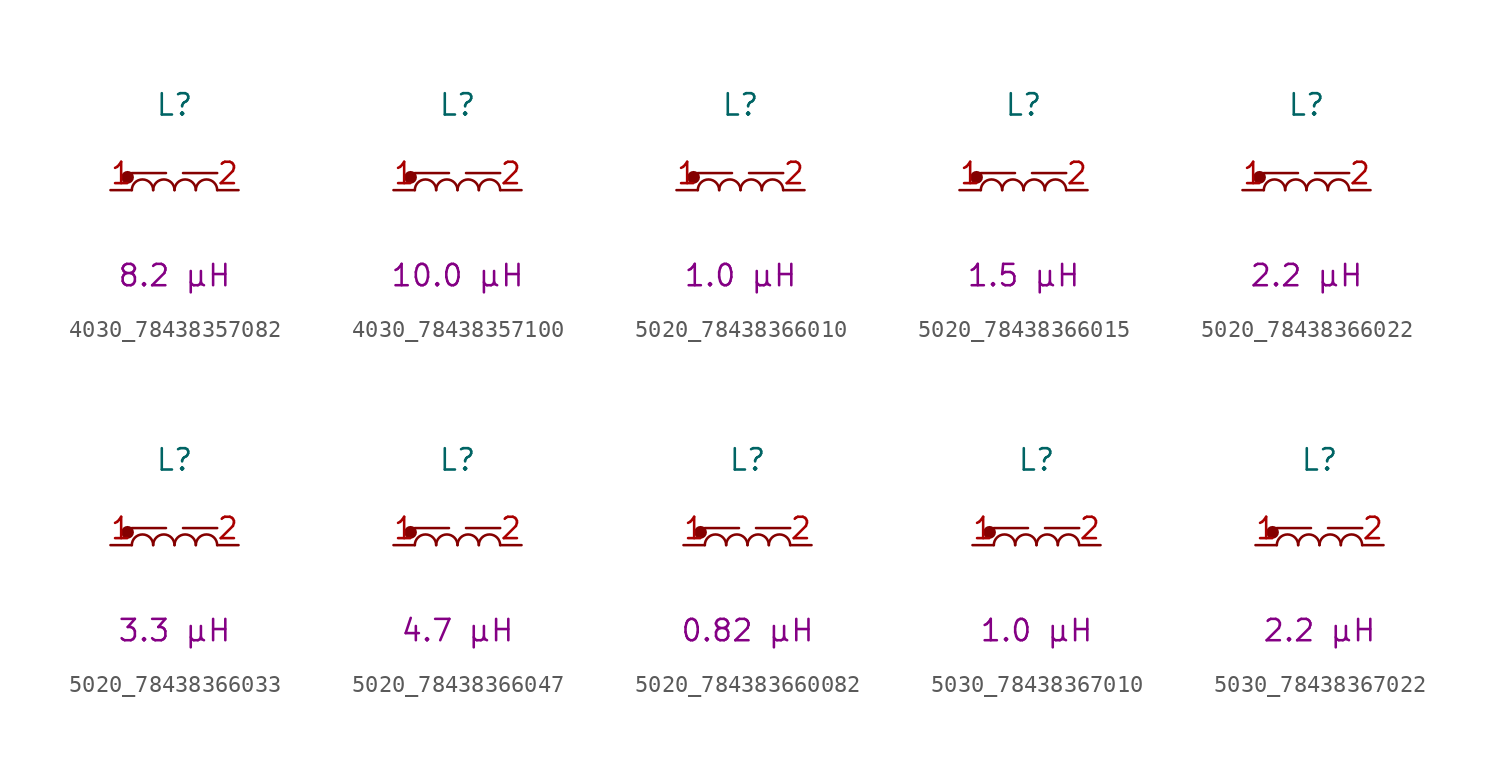
<source format=kicad_sym>
(kicad_symbol_lib
  (version 20220914)
  (generator kicad_symbol_editor)
  (symbol "4030_78438357082"
    (pin_names hide)
    (property "Reference" "L"
      (at 0 5.08 0)
      (effects (font (size 1.27 1.27))))
    (property "Critical Parameter" "8.2 µH"
      (at 0 -5.08 0)
      (effects (font (size 1.27 1.27))))
    (symbol "4030_78438357082_0_1"
      (arc (start -1.27 0) (mid -1.905 0.6323) (end -2.54 0) (stroke (width 0) (type default)) (fill (type none)))
      (arc (start 0 0) (mid -0.635 0.6323) (end -1.27 0) (stroke (width 0) (type default)) (fill (type none)))
      (polyline (pts (xy -2.54 1.016) (xy -0.508 1.016)) (stroke (width 0) (type default)) (fill (type none)))
      (arc (start 1.27 0) (mid 0.635 0.6323) (end 0 0) (stroke (width 0) (type default)) (fill (type none)))
      (arc (start 2.54 0) (mid 1.905 0.6323) (end 1.27 0) (stroke (width 0) (type default)) (fill (type none))))
    (symbol "4030_78438357082_1_1"
      (circle (center -2.794 0.762) (radius 0.0001) (stroke (width 0.381) (type default)) (fill (type none)))
      (polyline (pts (xy 2.54 1.016) (xy 0.508 1.016)) (stroke (width 0) (type default)) (fill (type none)))
      (pin passive line (at -3.81 0 0) (length 1.27) (name "1" (effects (font (size 1.27 1.27)))) (number "1" (effects (font (size 1.27 1.27)))))
      (pin passive line (at 3.81 0 180) (length 1.27) (name "2" (effects (font (size 1.27 1.27)))) (number "2" (effects (font (size 1.27 1.27)))))))
  (symbol "4030_78438357100"
    (pin_names hide)
    (property "Reference" "L"
      (at 0 5.08 0)
      (effects (font (size 1.27 1.27))))
    (property "Critical Parameter" "10.0 µH"
      (at 0 -5.08 0)
      (effects (font (size 1.27 1.27))))
    (symbol "4030_78438357100_0_1"
      (arc (start -1.27 0) (mid -1.905 0.6323) (end -2.54 0) (stroke (width 0) (type default)) (fill (type none)))
      (arc (start 0 0) (mid -0.635 0.6323) (end -1.27 0) (stroke (width 0) (type default)) (fill (type none)))
      (polyline (pts (xy -2.54 1.016) (xy -0.508 1.016)) (stroke (width 0) (type default)) (fill (type none)))
      (arc (start 1.27 0) (mid 0.635 0.6323) (end 0 0) (stroke (width 0) (type default)) (fill (type none)))
      (arc (start 2.54 0) (mid 1.905 0.6323) (end 1.27 0) (stroke (width 0) (type default)) (fill (type none))))
    (symbol "4030_78438357100_1_1"
      (circle (center -2.794 0.762) (radius 0.0001) (stroke (width 0.381) (type default)) (fill (type none)))
      (polyline (pts (xy 2.54 1.016) (xy 0.508 1.016)) (stroke (width 0) (type default)) (fill (type none)))
      (pin passive line (at -3.81 0 0) (length 1.27) (name "1" (effects (font (size 1.27 1.27)))) (number "1" (effects (font (size 1.27 1.27)))))
      (pin passive line (at 3.81 0 180) (length 1.27) (name "2" (effects (font (size 1.27 1.27)))) (number "2" (effects (font (size 1.27 1.27)))))))
  (symbol "5020_78438366010"
    (pin_names hide)
    (property "Reference" "L"
      (at 0 5.08 0)
      (effects (font (size 1.27 1.27))))
    (property "Critical Parameter" "1.0 µH"
      (at 0 -5.08 0)
      (effects (font (size 1.27 1.27))))
    (symbol "5020_78438366010_0_1"
      (arc (start -1.27 0) (mid -1.905 0.6323) (end -2.54 0) (stroke (width 0) (type default)) (fill (type none)))
      (arc (start 0 0) (mid -0.635 0.6323) (end -1.27 0) (stroke (width 0) (type default)) (fill (type none)))
      (polyline (pts (xy -2.54 1.016) (xy -0.508 1.016)) (stroke (width 0) (type default)) (fill (type none)))
      (arc (start 1.27 0) (mid 0.635 0.6323) (end 0 0) (stroke (width 0) (type default)) (fill (type none)))
      (arc (start 2.54 0) (mid 1.905 0.6323) (end 1.27 0) (stroke (width 0) (type default)) (fill (type none))))
    (symbol "5020_78438366010_1_1"
      (circle (center -2.794 0.762) (radius 0.0001) (stroke (width 0.381) (type default)) (fill (type none)))
      (polyline (pts (xy 2.54 1.016) (xy 0.508 1.016)) (stroke (width 0) (type default)) (fill (type none)))
      (pin passive line (at -3.81 0 0) (length 1.27) (name "1" (effects (font (size 1.27 1.27)))) (number "1" (effects (font (size 1.27 1.27)))))
      (pin passive line (at 3.81 0 180) (length 1.27) (name "2" (effects (font (size 1.27 1.27)))) (number "2" (effects (font (size 1.27 1.27)))))))
  (symbol "5020_78438366015"
    (pin_names hide)
    (property "Reference" "L"
      (at 0 5.08 0)
      (effects (font (size 1.27 1.27))))
    (property "Critical Parameter" "1.5 µH"
      (at 0 -5.08 0)
      (effects (font (size 1.27 1.27))))
    (symbol "5020_78438366015_0_1"
      (arc (start -1.27 0) (mid -1.905 0.6323) (end -2.54 0) (stroke (width 0) (type default)) (fill (type none)))
      (arc (start 0 0) (mid -0.635 0.6323) (end -1.27 0) (stroke (width 0) (type default)) (fill (type none)))
      (polyline (pts (xy -2.54 1.016) (xy -0.508 1.016)) (stroke (width 0) (type default)) (fill (type none)))
      (arc (start 1.27 0) (mid 0.635 0.6323) (end 0 0) (stroke (width 0) (type default)) (fill (type none)))
      (arc (start 2.54 0) (mid 1.905 0.6323) (end 1.27 0) (stroke (width 0) (type default)) (fill (type none))))
    (symbol "5020_78438366015_1_1"
      (circle (center -2.794 0.762) (radius 0.0001) (stroke (width 0.381) (type default)) (fill (type none)))
      (polyline (pts (xy 2.54 1.016) (xy 0.508 1.016)) (stroke (width 0) (type default)) (fill (type none)))
      (pin passive line (at -3.81 0 0) (length 1.27) (name "1" (effects (font (size 1.27 1.27)))) (number "1" (effects (font (size 1.27 1.27)))))
      (pin passive line (at 3.81 0 180) (length 1.27) (name "2" (effects (font (size 1.27 1.27)))) (number "2" (effects (font (size 1.27 1.27)))))))
  (symbol "5020_78438366022"
    (pin_names hide)
    (property "Reference" "L"
      (at 0 5.08 0)
      (effects (font (size 1.27 1.27))))
    (property "Critical Parameter" "2.2 µH"
      (at 0 -5.08 0)
      (effects (font (size 1.27 1.27))))
    (symbol "5020_78438366022_0_1"
      (arc (start -1.27 0) (mid -1.905 0.6323) (end -2.54 0) (stroke (width 0) (type default)) (fill (type none)))
      (arc (start 0 0) (mid -0.635 0.6323) (end -1.27 0) (stroke (width 0) (type default)) (fill (type none)))
      (polyline (pts (xy -2.54 1.016) (xy -0.508 1.016)) (stroke (width 0) (type default)) (fill (type none)))
      (arc (start 1.27 0) (mid 0.635 0.6323) (end 0 0) (stroke (width 0) (type default)) (fill (type none)))
      (arc (start 2.54 0) (mid 1.905 0.6323) (end 1.27 0) (stroke (width 0) (type default)) (fill (type none))))
    (symbol "5020_78438366022_1_1"
      (circle (center -2.794 0.762) (radius 0.0001) (stroke (width 0.381) (type default)) (fill (type none)))
      (polyline (pts (xy 2.54 1.016) (xy 0.508 1.016)) (stroke (width 0) (type default)) (fill (type none)))
      (pin passive line (at -3.81 0 0) (length 1.27) (name "1" (effects (font (size 1.27 1.27)))) (number "1" (effects (font (size 1.27 1.27)))))
      (pin passive line (at 3.81 0 180) (length 1.27) (name "2" (effects (font (size 1.27 1.27)))) (number "2" (effects (font (size 1.27 1.27)))))))
  (symbol "5020_78438366033"
    (pin_names hide)
    (property "Reference" "L"
      (at 0 5.08 0)
      (effects (font (size 1.27 1.27))))
    (property "Critical Parameter" "3.3 µH"
      (at 0 -5.08 0)
      (effects (font (size 1.27 1.27))))
    (symbol "5020_78438366033_0_1"
      (arc (start -1.27 0) (mid -1.905 0.6323) (end -2.54 0) (stroke (width 0) (type default)) (fill (type none)))
      (arc (start 0 0) (mid -0.635 0.6323) (end -1.27 0) (stroke (width 0) (type default)) (fill (type none)))
      (polyline (pts (xy -2.54 1.016) (xy -0.508 1.016)) (stroke (width 0) (type default)) (fill (type none)))
      (arc (start 1.27 0) (mid 0.635 0.6323) (end 0 0) (stroke (width 0) (type default)) (fill (type none)))
      (arc (start 2.54 0) (mid 1.905 0.6323) (end 1.27 0) (stroke (width 0) (type default)) (fill (type none))))
    (symbol "5020_78438366033_1_1"
      (circle (center -2.794 0.762) (radius 0.0001) (stroke (width 0.381) (type default)) (fill (type none)))
      (polyline (pts (xy 2.54 1.016) (xy 0.508 1.016)) (stroke (width 0) (type default)) (fill (type none)))
      (pin passive line (at -3.81 0 0) (length 1.27) (name "1" (effects (font (size 1.27 1.27)))) (number "1" (effects (font (size 1.27 1.27)))))
      (pin passive line (at 3.81 0 180) (length 1.27) (name "2" (effects (font (size 1.27 1.27)))) (number "2" (effects (font (size 1.27 1.27)))))))
  (symbol "5020_78438366047"
    (pin_names hide)
    (property "Reference" "L"
      (at 0 5.08 0)
      (effects (font (size 1.27 1.27))))
    (property "Critical Parameter" "4.7 µH"
      (at 0 -5.08 0)
      (effects (font (size 1.27 1.27))))
    (symbol "5020_78438366047_0_1"
      (arc (start -1.27 0) (mid -1.905 0.6323) (end -2.54 0) (stroke (width 0) (type default)) (fill (type none)))
      (arc (start 0 0) (mid -0.635 0.6323) (end -1.27 0) (stroke (width 0) (type default)) (fill (type none)))
      (polyline (pts (xy -2.54 1.016) (xy -0.508 1.016)) (stroke (width 0) (type default)) (fill (type none)))
      (arc (start 1.27 0) (mid 0.635 0.6323) (end 0 0) (stroke (width 0) (type default)) (fill (type none)))
      (arc (start 2.54 0) (mid 1.905 0.6323) (end 1.27 0) (stroke (width 0) (type default)) (fill (type none))))
    (symbol "5020_78438366047_1_1"
      (circle (center -2.794 0.762) (radius 0.0001) (stroke (width 0.381) (type default)) (fill (type none)))
      (polyline (pts (xy 2.54 1.016) (xy 0.508 1.016)) (stroke (width 0) (type default)) (fill (type none)))
      (pin passive line (at -3.81 0 0) (length 1.27) (name "1" (effects (font (size 1.27 1.27)))) (number "1" (effects (font (size 1.27 1.27)))))
      (pin passive line (at 3.81 0 180) (length 1.27) (name "2" (effects (font (size 1.27 1.27)))) (number "2" (effects (font (size 1.27 1.27)))))))
  (symbol "5020_784383660082"
    (pin_names hide)
    (property "Reference" "L"
      (at 0 5.08 0)
      (effects (font (size 1.27 1.27))))
    (property "Critical Parameter" "0.82 µH"
      (at 0 -5.08 0)
      (effects (font (size 1.27 1.27))))
    (symbol "5020_784383660082_0_1"
      (arc (start -1.27 0) (mid -1.905 0.6323) (end -2.54 0) (stroke (width 0) (type default)) (fill (type none)))
      (arc (start 0 0) (mid -0.635 0.6323) (end -1.27 0) (stroke (width 0) (type default)) (fill (type none)))
      (polyline (pts (xy -2.54 1.016) (xy -0.508 1.016)) (stroke (width 0) (type default)) (fill (type none)))
      (arc (start 1.27 0) (mid 0.635 0.6323) (end 0 0) (stroke (width 0) (type default)) (fill (type none)))
      (arc (start 2.54 0) (mid 1.905 0.6323) (end 1.27 0) (stroke (width 0) (type default)) (fill (type none))))
    (symbol "5020_784383660082_1_1"
      (circle (center -2.794 0.762) (radius 0.0001) (stroke (width 0.381) (type default)) (fill (type none)))
      (polyline (pts (xy 2.54 1.016) (xy 0.508 1.016)) (stroke (width 0) (type default)) (fill (type none)))
      (pin passive line (at -3.81 0 0) (length 1.27) (name "1" (effects (font (size 1.27 1.27)))) (number "1" (effects (font (size 1.27 1.27)))))
      (pin passive line (at 3.81 0 180) (length 1.27) (name "2" (effects (font (size 1.27 1.27)))) (number "2" (effects (font (size 1.27 1.27)))))))
  (symbol "5030_78438367010"
    (pin_names hide)
    (property "Reference" "L"
      (at 0 5.08 0)
      (effects (font (size 1.27 1.27))))
    (property "Critical Parameter" "1.0 µH"
      (at 0 -5.08 0)
      (effects (font (size 1.27 1.27))))
    (symbol "5030_78438367010_0_1"
      (arc (start -1.27 0) (mid -1.905 0.6323) (end -2.54 0) (stroke (width 0) (type default)) (fill (type none)))
      (arc (start 0 0) (mid -0.635 0.6323) (end -1.27 0) (stroke (width 0) (type default)) (fill (type none)))
      (polyline (pts (xy -2.54 1.016) (xy -0.508 1.016)) (stroke (width 0) (type default)) (fill (type none)))
      (arc (start 1.27 0) (mid 0.635 0.6323) (end 0 0) (stroke (width 0) (type default)) (fill (type none)))
      (arc (start 2.54 0) (mid 1.905 0.6323) (end 1.27 0) (stroke (width 0) (type default)) (fill (type none))))
    (symbol "5030_78438367010_1_1"
      (circle (center -2.794 0.762) (radius 0.0001) (stroke (width 0.381) (type default)) (fill (type none)))
      (polyline (pts (xy 2.54 1.016) (xy 0.508 1.016)) (stroke (width 0) (type default)) (fill (type none)))
      (pin passive line (at -3.81 0 0) (length 1.27) (name "1" (effects (font (size 1.27 1.27)))) (number "1" (effects (font (size 1.27 1.27)))))
      (pin passive line (at 3.81 0 180) (length 1.27) (name "2" (effects (font (size 1.27 1.27)))) (number "2" (effects (font (size 1.27 1.27)))))))
  (symbol "5030_78438367022"
    (pin_names hide)
    (property "Reference" "L"
      (at 0 5.08 0)
      (effects (font (size 1.27 1.27))))
    (property "Critical Parameter" "2.2 µH"
      (at 0 -5.08 0)
      (effects (font (size 1.27 1.27))))
    (symbol "5030_78438367022_0_1"
      (arc (start -1.27 0) (mid -1.905 0.6323) (end -2.54 0) (stroke (width 0) (type default)) (fill (type none)))
      (arc (start 0 0) (mid -0.635 0.6323) (end -1.27 0) (stroke (width 0) (type default)) (fill (type none)))
      (polyline (pts (xy -2.54 1.016) (xy -0.508 1.016)) (stroke (width 0) (type default)) (fill (type none)))
      (arc (start 1.27 0) (mid 0.635 0.6323) (end 0 0) (stroke (width 0) (type default)) (fill (type none)))
      (arc (start 2.54 0) (mid 1.905 0.6323) (end 1.27 0) (stroke (width 0) (type default)) (fill (type none))))
    (symbol "5030_78438367022_1_1"
      (circle (center -2.794 0.762) (radius 0.0001) (stroke (width 0.381) (type default)) (fill (type none)))
      (polyline (pts (xy 2.54 1.016) (xy 0.508 1.016)) (stroke (width 0) (type default)) (fill (type none)))
      (pin passive line (at -3.81 0 0) (length 1.27) (name "1" (effects (font (size 1.27 1.27)))) (number "1" (effects (font (size 1.27 1.27)))))
      (pin passive line (at 3.81 0 180) (length 1.27) (name "2" (effects (font (size 1.27 1.27)))) (number "2" (effects (font (size 1.27 1.27))))))))
</source>
